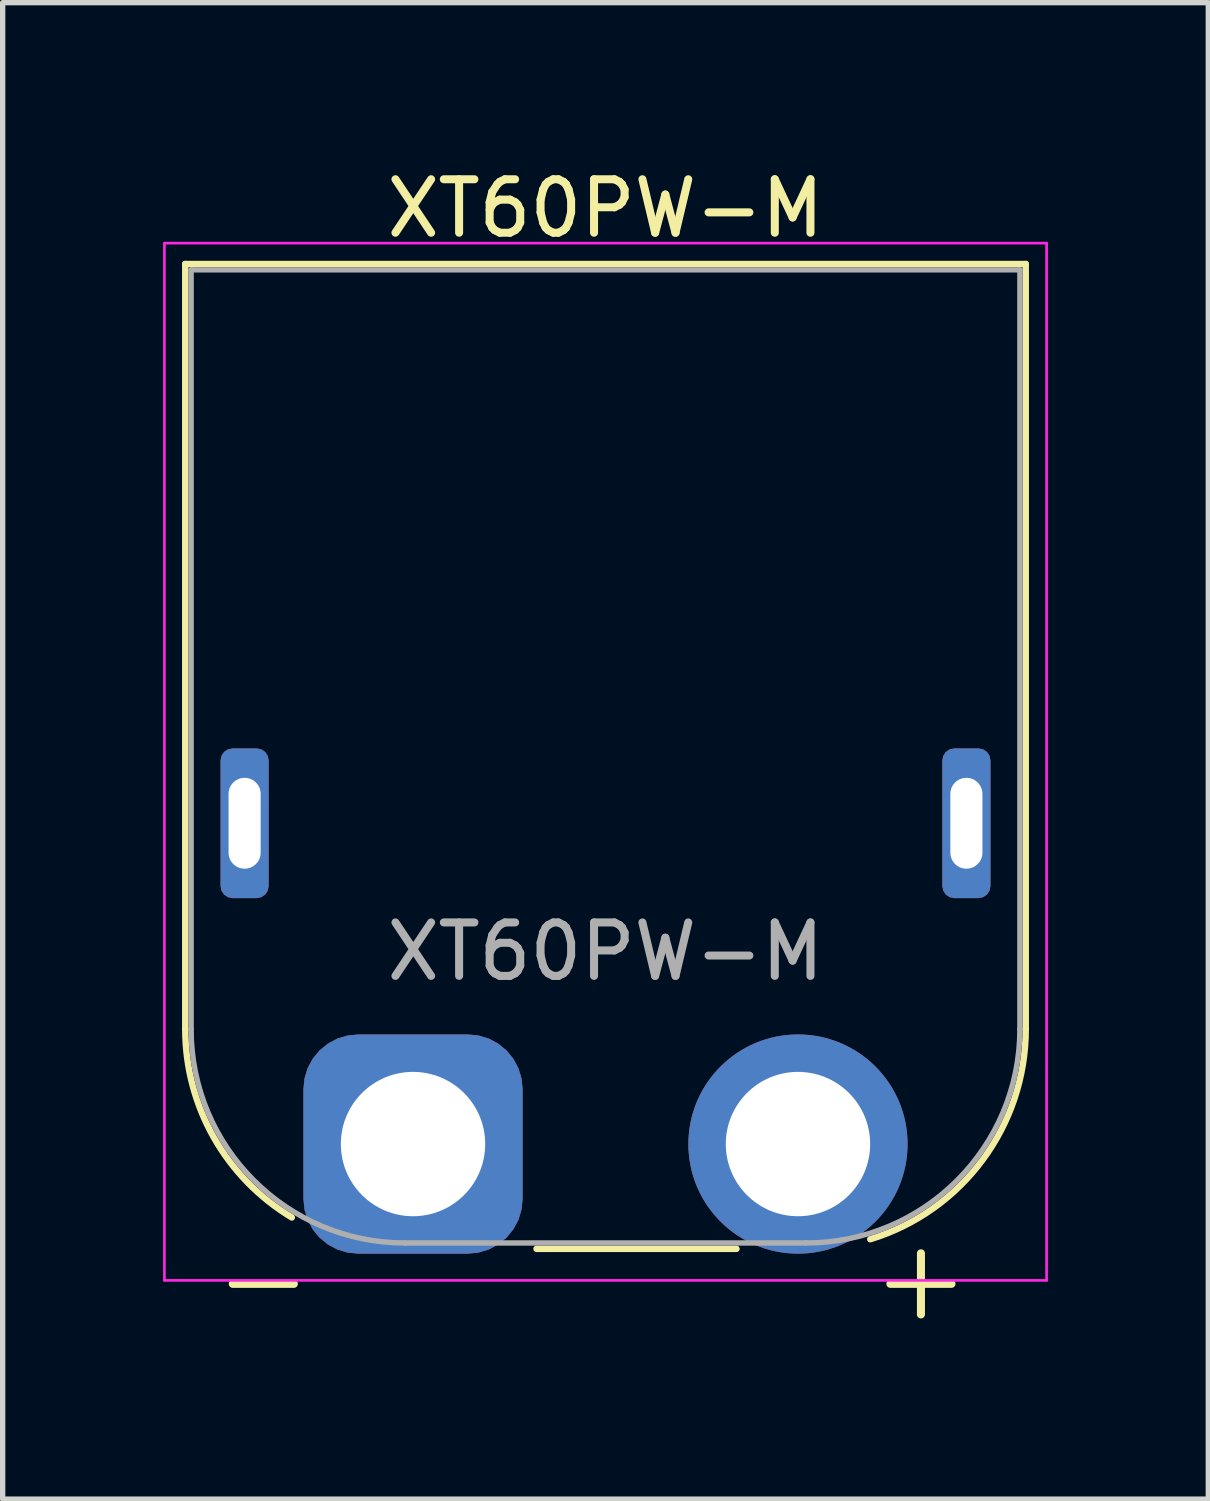
<source format=kicad_pcb>
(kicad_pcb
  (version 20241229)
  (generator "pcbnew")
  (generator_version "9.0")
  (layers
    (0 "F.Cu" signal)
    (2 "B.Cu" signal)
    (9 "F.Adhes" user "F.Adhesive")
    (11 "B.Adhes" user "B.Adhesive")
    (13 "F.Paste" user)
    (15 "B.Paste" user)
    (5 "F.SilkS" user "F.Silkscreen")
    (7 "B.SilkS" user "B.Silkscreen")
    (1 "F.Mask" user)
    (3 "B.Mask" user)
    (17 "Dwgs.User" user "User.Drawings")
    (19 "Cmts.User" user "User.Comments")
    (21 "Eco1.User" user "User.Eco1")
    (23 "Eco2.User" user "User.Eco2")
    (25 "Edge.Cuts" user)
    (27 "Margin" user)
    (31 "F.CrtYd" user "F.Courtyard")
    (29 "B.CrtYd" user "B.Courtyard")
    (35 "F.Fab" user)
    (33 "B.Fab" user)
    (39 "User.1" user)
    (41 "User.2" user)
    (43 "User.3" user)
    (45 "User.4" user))
  (footprint "XT60PW-M"
    (layer "F.Cu")
    (at 4.675 18.348)
    (property "Reference" "XT60PW-M" (at 3.6 -17.5 0) (layer "F.SilkS") (effects (font (size 1 1) (thickness 0.15))))
    (attr through_hole)
    (fp_line (start -4.26 -16.46) (end -4.26 -2.15) (stroke (width 0.12) (type solid)) (layer "F.SilkS"))
    (fp_line (start -4.26 -16.46) (end 11.46 -16.46) (stroke (width 0.12) (type solid)) (layer "F.SilkS"))
    (fp_line (start 2.31 1.96) (end 6.05 1.96) (stroke (width 0.12) (type solid)) (layer "F.SilkS"))
    (fp_line (start 11.46 -16.46) (end 11.46 -2.15) (stroke (width 0.12) (type solid)) (layer "F.SilkS"))
    (fp_arc (start -2.266806 1.372958) (mid -3.727162 -0.126139) (end -4.26 -2.15) (stroke (width 0.12) (type solid)) (layer "F.SilkS"))
    (fp_arc (start 11.46 -2.15) (mid 10.653852 0.294722) (end 8.551648 1.780413) (stroke (width 0.12) (type solid)) (layer "F.SilkS"))
    (fp_line (start -4.65 -16.85) (end -4.65 2.55) (stroke (width 0.05) (type solid)) (layer "F.CrtYd"))
    (fp_line (start -4.65 -16.85) (end 11.85 -16.85) (stroke (width 0.05) (type solid)) (layer "F.CrtYd"))
    (fp_line (start 11.85 -16.85) (end 11.85 2.55) (stroke (width 0.05) (type solid)) (layer "F.CrtYd"))
    (fp_line (start 11.85 2.55) (end -4.65 2.55) (stroke (width 0.05) (type solid)) (layer "F.CrtYd"))
    (fp_line (start -4.15 -16.35) (end -4.15 -2.15) (stroke (width 0.1) (type solid)) (layer "F.Fab"))
    (fp_line (start -4.15 -16.35) (end 11.35 -16.35) (stroke (width 0.1) (type solid)) (layer "F.Fab"))
    (fp_line (start -0.15 1.85) (end 7.35 1.85) (stroke (width 0.1) (type solid)) (layer "F.Fab"))
    (fp_line (start 11.35 -16.35) (end 11.35 -2.15) (stroke (width 0.1) (type solid)) (layer "F.Fab"))
    (fp_arc (start -0.15 1.85) (mid -2.978427 0.678427) (end -4.15 -2.15) (stroke (width 0.1) (type solid)) (layer "F.Fab"))
    (fp_arc (start 11.35 -2.15) (mid 10.178427 0.678427) (end 7.35 1.85) (stroke (width 0.1) (type solid)) (layer "F.Fab"))
    (fp_text user "-" (at -2.8 2.5 0) (layer "F.SilkS") (effects (font (size 1.5 1.5) (thickness 0.15))))
    (fp_text user "+" (at 9.5 2.5 0) (layer "F.SilkS") (effects (font (size 1.5 1.5) (thickness 0.15))))
    (fp_text user "${REFERENCE}" (at 3.6 -3.6 0) (layer "F.Fab") (effects (font (size 1 1) (thickness 0.15))))
    (pad "1" thru_hole roundrect (at 0 0) (size 4.1 4.1) (drill 2.7) (layers "*.Cu" "*.Mask") (roundrect_rratio 0.25))
    (pad "2" thru_hole circle (at 7.2 0) (size 4.1 4.1) (drill 2.7) (layers "*.Cu" "*.Mask"))
    (pad "MP" thru_hole roundrect (at -3.15 -6) (size 0.9 2.8) (drill oval 0.6 1.7) (layers "*.Cu" "*.Mask") (roundrect_rratio 0.25))
    (pad "MP" thru_hole roundrect (at 10.35 -6) (size 0.9 2.8) (drill oval 0.6 1.7) (layers "*.Cu" "*.Mask") (roundrect_rratio 0.25)))
  (gr_rect
    (start -3 -3)
    (end 19.55 24.989)
    (stroke (width 0.1) (type default))
    (fill no)
    (layer "Edge.Cuts")))
</source>
